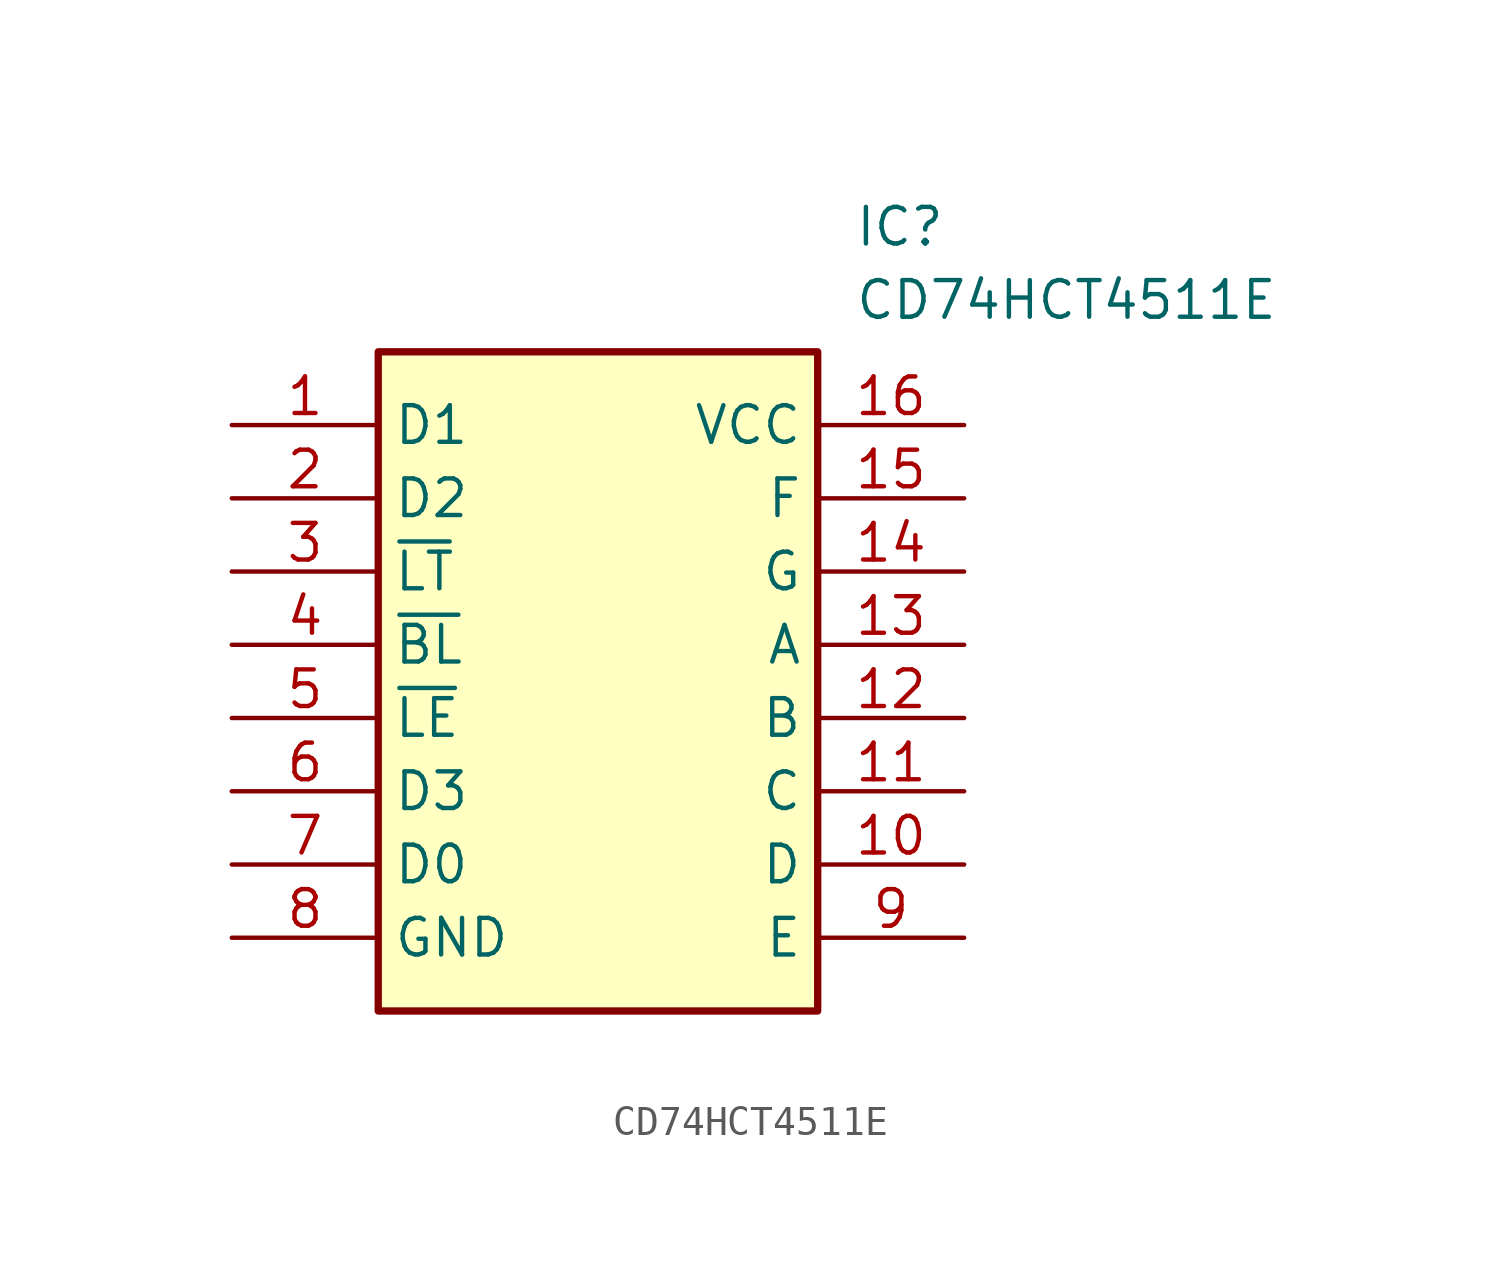
<source format=kicad_sym>
(kicad_symbol_lib
  (version 20211014)
  (generator SamacSys_ECAD_Model)
  (symbol "CD74HCT4511E"
    (property "Reference" "IC"
      (at 21.59 7.62 0)
      (effects (font (size 1.27 1.27)) (justify left top)))
    (property "Value" "CD74HCT4511E"
      (at 21.59 5.08 0)
      (effects (font (size 1.27 1.27)) (justify left top)))
    (rectangle
      (start 5.08 2.54)
      (end 20.32 -20.32)
      (stroke (width 0.254) (type default))
      (fill (type background)))
    (pin passive line
      (at 0 0 0)
      (length 5.08)
      (name "D1" (effects (font (size 1.27 1.27))))
      (number "1" (effects (font (size 1.27 1.27)))))
    (pin passive line
      (at 0 -2.54 0)
      (length 5.08)
      (name "D2" (effects (font (size 1.27 1.27))))
      (number "2" (effects (font (size 1.27 1.27)))))
    (pin passive line
      (at 0 -5.08 0)
      (length 5.08)
      (name "~{LT}" (effects (font (size 1.27 1.27))))
      (number "3" (effects (font (size 1.27 1.27)))))
    (pin passive line
      (at 0 -7.62 0)
      (length 5.08)
      (name "~{BL}" (effects (font (size 1.27 1.27))))
      (number "4" (effects (font (size 1.27 1.27)))))
    (pin passive line
      (at 0 -10.16 0)
      (length 5.08)
      (name "~{LE}" (effects (font (size 1.27 1.27))))
      (number "5" (effects (font (size 1.27 1.27)))))
    (pin passive line
      (at 0 -12.7 0)
      (length 5.08)
      (name "D3" (effects (font (size 1.27 1.27))))
      (number "6" (effects (font (size 1.27 1.27)))))
    (pin passive line
      (at 0 -15.24 0)
      (length 5.08)
      (name "D0" (effects (font (size 1.27 1.27))))
      (number "7" (effects (font (size 1.27 1.27)))))
    (pin passive line
      (at 0 -17.78 0)
      (length 5.08)
      (name "GND" (effects (font (size 1.27 1.27))))
      (number "8" (effects (font (size 1.27 1.27)))))
    (pin passive line
      (at 25.4 0 180)
      (length 5.08)
      (name "VCC" (effects (font (size 1.27 1.27))))
      (number "16" (effects (font (size 1.27 1.27)))))
    (pin passive line
      (at 25.4 -2.54 180)
      (length 5.08)
      (name "F" (effects (font (size 1.27 1.27))))
      (number "15" (effects (font (size 1.27 1.27)))))
    (pin passive line
      (at 25.4 -5.08 180)
      (length 5.08)
      (name "G" (effects (font (size 1.27 1.27))))
      (number "14" (effects (font (size 1.27 1.27)))))
    (pin passive line
      (at 25.4 -7.62 180)
      (length 5.08)
      (name "A" (effects (font (size 1.27 1.27))))
      (number "13" (effects (font (size 1.27 1.27)))))
    (pin passive line
      (at 25.4 -10.16 180)
      (length 5.08)
      (name "B" (effects (font (size 1.27 1.27))))
      (number "12" (effects (font (size 1.27 1.27)))))
    (pin passive line
      (at 25.4 -12.7 180)
      (length 5.08)
      (name "C" (effects (font (size 1.27 1.27))))
      (number "11" (effects (font (size 1.27 1.27)))))
    (pin passive line
      (at 25.4 -15.24 180)
      (length 5.08)
      (name "D" (effects (font (size 1.27 1.27))))
      (number "10" (effects (font (size 1.27 1.27)))))
    (pin passive line
      (at 25.4 -17.78 180)
      (length 5.08)
      (name "E" (effects (font (size 1.27 1.27))))
      (number "9" (effects (font (size 1.27 1.27)))))))
</source>
